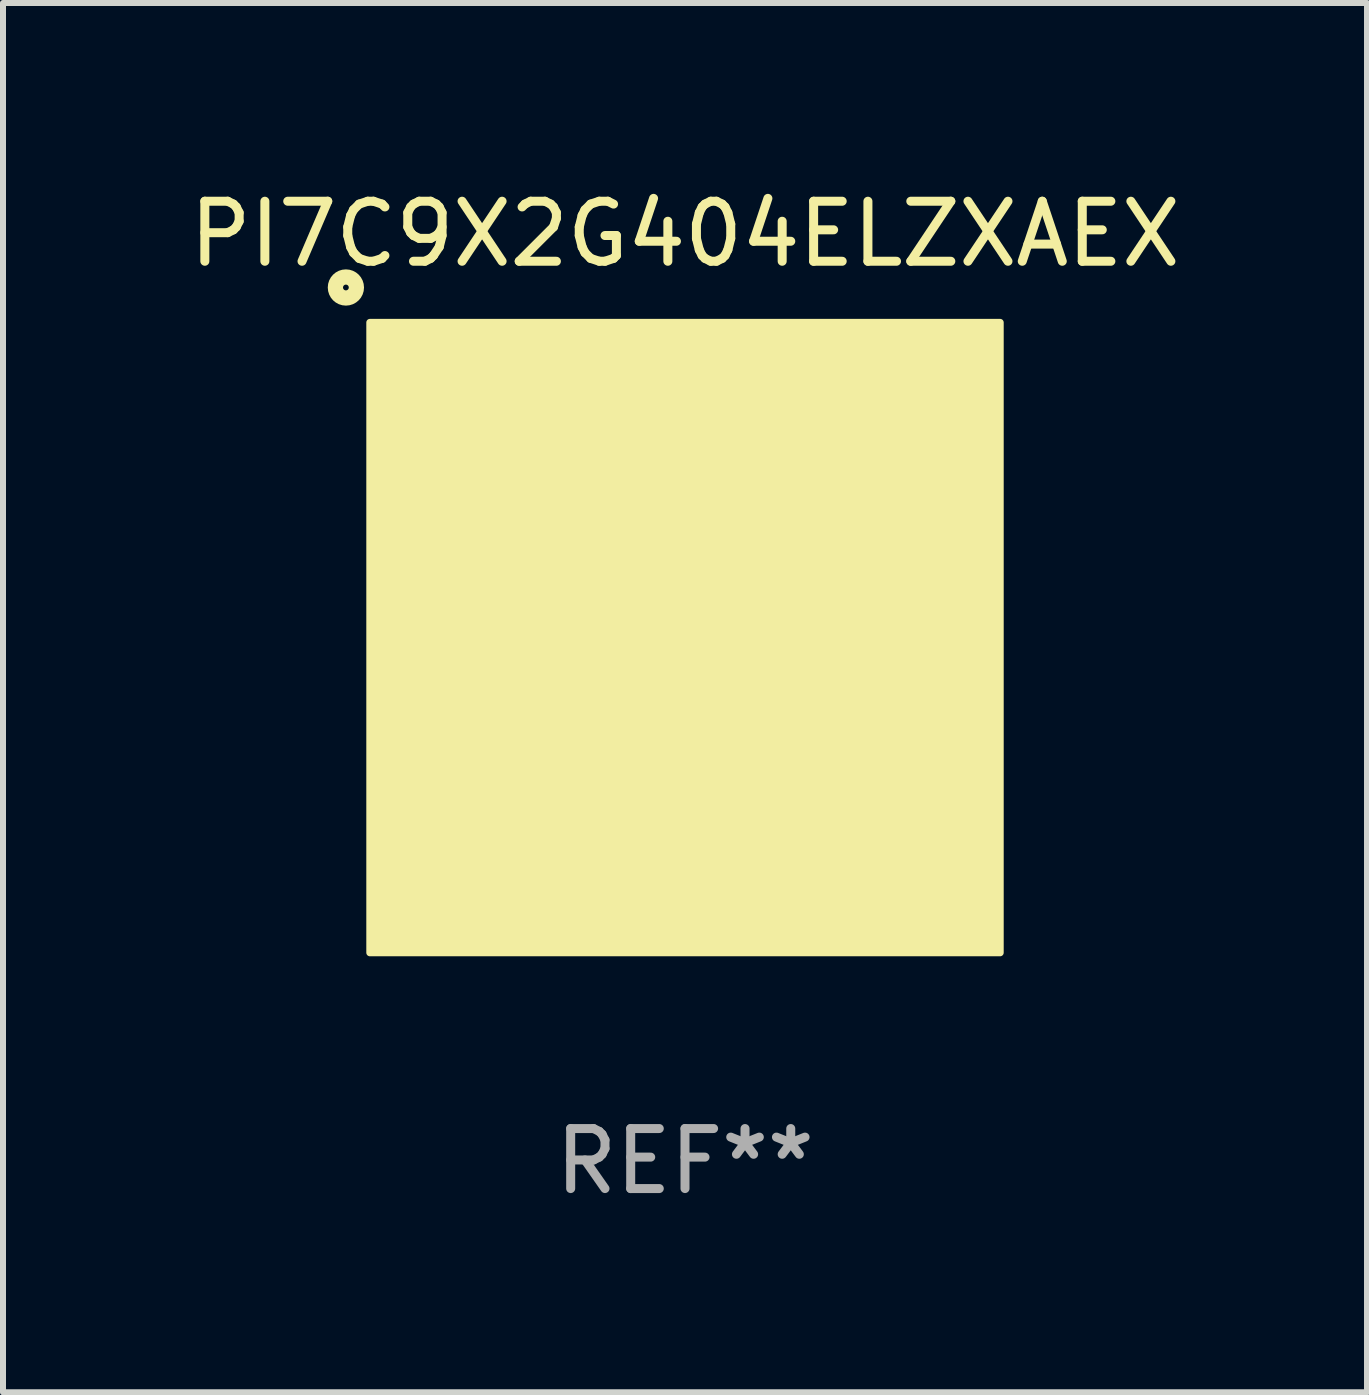
<source format=kicad_pcb>
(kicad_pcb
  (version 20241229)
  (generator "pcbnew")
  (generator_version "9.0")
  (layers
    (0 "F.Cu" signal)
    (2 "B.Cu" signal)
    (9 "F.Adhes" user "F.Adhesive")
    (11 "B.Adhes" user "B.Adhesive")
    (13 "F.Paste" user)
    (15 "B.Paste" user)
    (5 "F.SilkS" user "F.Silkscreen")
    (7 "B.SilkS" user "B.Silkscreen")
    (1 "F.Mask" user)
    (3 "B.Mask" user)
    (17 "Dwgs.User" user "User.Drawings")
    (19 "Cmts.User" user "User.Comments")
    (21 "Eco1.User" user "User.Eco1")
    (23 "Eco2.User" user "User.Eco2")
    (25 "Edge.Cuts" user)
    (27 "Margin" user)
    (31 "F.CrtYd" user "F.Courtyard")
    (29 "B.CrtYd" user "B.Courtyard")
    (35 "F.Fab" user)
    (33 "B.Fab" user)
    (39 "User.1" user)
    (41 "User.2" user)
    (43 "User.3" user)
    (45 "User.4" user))
  (footprint "PI7C9X2G404ELZXAEX"
    (layer "F.Cu")
    (at 8.363 7.573)
    (property "Reference" "PI7C9X2G404ELZXAEX" (at 0 -6.725 0) (layer "F.SilkS") (effects (font (size 1 1) (thickness 0.15))))
    (attr through_hole)
    (fp_circle (center -5.65 -5.833) (end -5.475 -5.833) (stroke (width 0.254) (type solid)) (fill no) (layer "F.SilkS"))
    (fp_circle (center -5 -5) (end -4.97 -5) (stroke (width 0.06) (type solid)) (fill no) (layer "F.SilkS"))
    (fp_poly (pts (xy -5.25 -5.25) (xy 5.25 -5.25) (xy 5.25 5.25) (xy -5.25 5.25)) (stroke (width 0.12) (type solid)) (fill yes) (layer "F.SilkS"))
    (fp_text user "REF**" (at 0 8.725 0) (layer "F.Fab") (effects (font (size 1 1) (thickness 0.15))))
    (pad "A1" smd rect (at -4.25 -4.725) (size 0.2 0.35) (layers "F.Cu" "F.Mask" "F.Paste"))
    (pad "A3" smd rect (at -3.75 -4.725) (size 0.2 0.35) (layers "F.Cu" "F.Mask" "F.Paste"))
    (pad "A5" smd rect (at -3.25 -4.725) (size 0.2 0.35) (layers "F.Cu" "F.Mask" "F.Paste"))
    (pad "A7" smd rect (at -2.75 -4.725) (size 0.2 0.35) (layers "F.Cu" "F.Mask" "F.Paste"))
    (pad "A9" smd rect (at -2.25 -4.725) (size 0.2 0.35) (layers "F.Cu" "F.Mask" "F.Paste"))
    (pad "A11" smd rect (at -1.75 -4.725) (size 0.2 0.35) (layers "F.Cu" "F.Mask" "F.Paste"))
    (pad "A13" smd rect (at -1.25 -4.725) (size 0.2 0.35) (layers "F.Cu" "F.Mask" "F.Paste"))
    (pad "A15" smd rect (at -0.75 -4.725) (size 0.2 0.35) (layers "F.Cu" "F.Mask" "F.Paste"))
    (pad "A17" smd rect (at -0.25 -4.725) (size 0.2 0.35) (layers "F.Cu" "F.Mask" "F.Paste"))
    (pad "A19" smd rect (at 0.25 -4.725) (size 0.2 0.35) (layers "F.Cu" "F.Mask" "F.Paste"))
    (pad "A21" smd rect (at 0.75 -4.725) (size 0.2 0.35) (layers "F.Cu" "F.Mask" "F.Paste"))
    (pad "A23" smd rect (at 1.25 -4.725) (size 0.2 0.35) (layers "F.Cu" "F.Mask" "F.Paste"))
    (pad "A25" smd rect (at 1.75 -4.725) (size 0.2 0.35) (layers "F.Cu" "F.Mask" "F.Paste"))
    (pad "A27" smd rect (at 2.25 -4.725) (size 0.2 0.35) (layers "F.Cu" "F.Mask" "F.Paste"))
    (pad "A29" smd rect (at 2.75 -4.725) (size 0.2 0.35) (layers "F.Cu" "F.Mask" "F.Paste"))
    (pad "A31" smd rect (at 3.25 -4.725) (size 0.2 0.35) (layers "F.Cu" "F.Mask" "F.Paste"))
    (pad "A33" smd rect (at 3.75 -4.725) (size 0.2 0.35) (layers "F.Cu" "F.Mask" "F.Paste"))
    (pad "A35" smd rect (at 4.25 -4.725) (size 0.2 0.35) (layers "F.Cu" "F.Mask" "F.Paste"))
    (pad "AA1" smd rect (at -4.725 0.75) (size 0.35 0.2) (layers "F.Cu" "F.Mask" "F.Paste"))
    (pad "AA35" smd rect (at 4.725 0.75 180) (size 0.35 0.2) (layers "F.Cu" "F.Mask" "F.Paste"))
    (pad "AB2" smd rect (at -4.175 1) (size 0.35 0.2) (layers "F.Cu" "F.Mask" "F.Paste"))
    (pad "AB34" smd rect (at 4.175 1) (size 0.35 0.2) (layers "F.Cu" "F.Mask" "F.Paste"))
    (pad "AC1" smd rect (at -4.725 1.25) (size 0.35 0.2) (layers "F.Cu" "F.Mask" "F.Paste"))
    (pad "AC35" smd rect (at 4.725 1.25 180) (size 0.35 0.2) (layers "F.Cu" "F.Mask" "F.Paste"))
    (pad "AD2" smd rect (at -4.175 1.5) (size 0.35 0.2) (layers "F.Cu" "F.Mask" "F.Paste"))
    (pad "AD34" smd rect (at 4.175 1.5) (size 0.35 0.2) (layers "F.Cu" "F.Mask" "F.Paste"))
    (pad "AE1" smd rect (at -4.725 1.75) (size 0.35 0.2) (layers "F.Cu" "F.Mask" "F.Paste"))
    (pad "AE35" smd rect (at 4.725 1.75 180) (size 0.35 0.2) (layers "F.Cu" "F.Mask" "F.Paste"))
    (pad "AF2" smd rect (at -4.175 2) (size 0.35 0.2) (layers "F.Cu" "F.Mask" "F.Paste"))
    (pad "AF34" smd rect (at 4.175 2) (size 0.35 0.2) (layers "F.Cu" "F.Mask" "F.Paste"))
    (pad "AG1" smd rect (at -4.725 2.25) (size 0.35 0.2) (layers "F.Cu" "F.Mask" "F.Paste"))
    (pad "AG35" smd rect (at 4.725 2.25 180) (size 0.35 0.2) (layers "F.Cu" "F.Mask" "F.Paste"))
    (pad "AH2" smd rect (at -4.175 2.5) (size 0.35 0.2) (layers "F.Cu" "F.Mask" "F.Paste"))
    (pad "AH34" smd rect (at 4.175 2.5) (size 0.35 0.2) (layers "F.Cu" "F.Mask" "F.Paste"))
    (pad "AJ1" smd rect (at -4.725 2.75) (size 0.35 0.2) (layers "F.Cu" "F.Mask" "F.Paste"))
    (pad "AJ35" smd rect (at 4.725 2.75 180) (size 0.35 0.2) (layers "F.Cu" "F.Mask" "F.Paste"))
    (pad "AK2" smd rect (at -4.175 3) (size 0.35 0.2) (layers "F.Cu" "F.Mask" "F.Paste"))
    (pad "AK34" smd rect (at 4.175 3) (size 0.35 0.2) (layers "F.Cu" "F.Mask" "F.Paste"))
    (pad "AL1" smd rect (at -4.725 3.25) (size 0.35 0.2) (layers "F.Cu" "F.Mask" "F.Paste"))
    (pad "AL35" smd rect (at 4.725 3.25 180) (size 0.35 0.2) (layers "F.Cu" "F.Mask" "F.Paste"))
    (pad "AM2" smd rect (at -4.175 3.5) (size 0.35 0.2) (layers "F.Cu" "F.Mask" "F.Paste"))
    (pad "AM34" smd rect (at 4.175 3.5) (size 0.35 0.2) (layers "F.Cu" "F.Mask" "F.Paste"))
    (pad "AN1" smd rect (at -4.725 3.75) (size 0.35 0.2) (layers "F.Cu" "F.Mask" "F.Paste"))
    (pad "AN35" smd rect (at 4.725 3.75 180) (size 0.35 0.2) (layers "F.Cu" "F.Mask" "F.Paste"))
    (pad "AP1" smd rect (at -4.725 4.25) (size 0.35 0.2) (layers "F.Cu" "F.Mask" "F.Paste"))
    (pad "AP2" smd rect (at -4 4.175 180) (size 0.2 0.35) (layers "F.Cu" "F.Mask" "F.Paste"))
    (pad "AP4" smd rect (at -3.5 4.175 180) (size 0.2 0.35) (layers "F.Cu" "F.Mask" "F.Paste"))
    (pad "AP6" smd rect (at -3 4.175 180) (size 0.2 0.35) (layers "F.Cu" "F.Mask" "F.Paste"))
    (pad "AP8" smd rect (at -2.5 4.175 180) (size 0.2 0.35) (layers "F.Cu" "F.Mask" "F.Paste"))
    (pad "AP10" smd rect (at -2 4.175 180) (size 0.2 0.35) (layers "F.Cu" "F.Mask" "F.Paste"))
    (pad "AP12" smd rect (at -1.5 4.175 180) (size 0.2 0.35) (layers "F.Cu" "F.Mask" "F.Paste"))
    (pad "AP14" smd rect (at -1 4.175 180) (size 0.2 0.35) (layers "F.Cu" "F.Mask" "F.Paste"))
    (pad "AP16" smd rect (at -0.5 4.175 180) (size 0.2 0.35) (layers "F.Cu" "F.Mask" "F.Paste"))
    (pad "AP18" smd rect (at 0 4.175 180) (size 0.2 0.35) (layers "F.Cu" "F.Mask" "F.Paste"))
    (pad "AP20" smd rect (at 0.5 4.175 180) (size 0.2 0.35) (layers "F.Cu" "F.Mask" "F.Paste"))
    (pad "AP22" smd rect (at 1 4.175 180) (size 0.2 0.35) (layers "F.Cu" "F.Mask" "F.Paste"))
    (pad "AP24" smd rect (at 1.5 4.175 180) (size 0.2 0.35) (layers "F.Cu" "F.Mask" "F.Paste"))
    (pad "AP26" smd rect (at 2 4.175 180) (size 0.2 0.35) (layers "F.Cu" "F.Mask" "F.Paste"))
    (pad "AP28" smd rect (at 2.5 4.175 180) (size 0.2 0.35) (layers "F.Cu" "F.Mask" "F.Paste"))
    (pad "AP30" smd rect (at 3 4.175 180) (size 0.2 0.35) (layers "F.Cu" "F.Mask" "F.Paste"))
    (pad "AP32" smd rect (at 3.5 4.175 180) (size 0.2 0.35) (layers "F.Cu" "F.Mask" "F.Paste"))
    (pad "AP34" smd rect (at 4 4.175 180) (size 0.2 0.35) (layers "F.Cu" "F.Mask" "F.Paste"))
    (pad "AP35" smd rect (at 4.725 4.25 180) (size 0.35 0.2) (layers "F.Cu" "F.Mask" "F.Paste"))
    (pad "AR1" smd rect (at -4.25 4.725) (size 0.2 0.35) (layers "F.Cu" "F.Mask" "F.Paste"))
    (pad "AR3" smd rect (at -3.75 4.725) (size 0.2 0.35) (layers "F.Cu" "F.Mask" "F.Paste"))
    (pad "AR5" smd rect (at -3.25 4.725) (size 0.2 0.35) (layers "F.Cu" "F.Mask" "F.Paste"))
    (pad "AR7" smd rect (at -2.75 4.725) (size 0.2 0.35) (layers "F.Cu" "F.Mask" "F.Paste"))
    (pad "AR9" smd rect (at -2.25 4.725) (size 0.2 0.35) (layers "F.Cu" "F.Mask" "F.Paste"))
    (pad "AR11" smd rect (at -1.75 4.725) (size 0.2 0.35) (layers "F.Cu" "F.Mask" "F.Paste"))
    (pad "AR13" smd rect (at -1.25 4.725) (size 0.2 0.35) (layers "F.Cu" "F.Mask" "F.Paste"))
    (pad "AR15" smd rect (at -0.75 4.725) (size 0.2 0.35) (layers "F.Cu" "F.Mask" "F.Paste"))
    (pad "AR17" smd rect (at -0.25 4.725) (size 0.2 0.35) (layers "F.Cu" "F.Mask" "F.Paste"))
    (pad "AR19" smd rect (at 0.25 4.725) (size 0.2 0.35) (layers "F.Cu" "F.Mask" "F.Paste"))
    (pad "AR21" smd rect (at 0.75 4.725) (size 0.2 0.35) (layers "F.Cu" "F.Mask" "F.Paste"))
    (pad "AR23" smd rect (at 1.25 4.725) (size 0.2 0.35) (layers "F.Cu" "F.Mask" "F.Paste"))
    (pad "AR25" smd rect (at 1.75 4.725) (size 0.2 0.35) (layers "F.Cu" "F.Mask" "F.Paste"))
    (pad "AR27" smd rect (at 2.25 4.725) (size 0.2 0.35) (layers "F.Cu" "F.Mask" "F.Paste"))
    (pad "AR29" smd rect (at 2.75 4.725) (size 0.2 0.35) (layers "F.Cu" "F.Mask" "F.Paste"))
    (pad "AR31" smd rect (at 3.25 4.725) (size 0.2 0.35) (layers "F.Cu" "F.Mask" "F.Paste"))
    (pad "AR33" smd rect (at 3.75 4.725) (size 0.2 0.35) (layers "F.Cu" "F.Mask" "F.Paste"))
    (pad "AR35" smd rect (at 4.25 4.725) (size 0.2 0.35) (layers "F.Cu" "F.Mask" "F.Paste"))
    (pad "B" smd rect (at 0 3.3) (size 6 0.2) (layers "F.Cu" "F.Mask" "F.Paste"))
    (pad "B1" smd rect (at -4.725 -4.25) (size 0.35 0.2) (layers "F.Cu" "F.Mask" "F.Paste"))
    (pad "B2" smd rect (at -4 -4.175) (size 0.2 0.35) (layers "F.Cu" "F.Mask" "F.Paste"))
    (pad "B4" smd rect (at -3.5 -4.175) (size 0.2 0.35) (layers "F.Cu" "F.Mask" "F.Paste"))
    (pad "B6" smd rect (at -3 -4.175) (size 0.2 0.35) (layers "F.Cu" "F.Mask" "F.Paste"))
    (pad "B8" smd rect (at -2.5 -4.175) (size 0.2 0.35) (layers "F.Cu" "F.Mask" "F.Paste"))
    (pad "B10" smd rect (at -2 -4.175) (size 0.2 0.35) (layers "F.Cu" "F.Mask" "F.Paste"))
    (pad "B12" smd rect (at -1.5 -4.175) (size 0.2 0.35) (layers "F.Cu" "F.Mask" "F.Paste"))
    (pad "B14" smd rect (at -1 -4.175) (size 0.2 0.35) (layers "F.Cu" "F.Mask" "F.Paste"))
    (pad "B16" smd rect (at -0.5 -4.175) (size 0.2 0.35) (layers "F.Cu" "F.Mask" "F.Paste"))
    (pad "B18" smd rect (at 0 -4.175) (size 0.2 0.35) (layers "F.Cu" "F.Mask" "F.Paste"))
    (pad "B20" smd rect (at 0.5 -4.175) (size 0.2 0.35) (layers "F.Cu" "F.Mask" "F.Paste"))
    (pad "B22" smd rect (at 1 -4.175) (size 0.2 0.35) (layers "F.Cu" "F.Mask" "F.Paste"))
    (pad "B24" smd rect (at 1.5 -4.175) (size 0.2 0.35) (layers "F.Cu" "F.Mask" "F.Paste"))
    (pad "B26" smd rect (at 2 -4.175) (size 0.2 0.35) (layers "F.Cu" "F.Mask" "F.Paste"))
    (pad "B28" smd rect (at 2.5 -4.175) (size 0.2 0.35) (layers "F.Cu" "F.Mask" "F.Paste"))
    (pad "B30" smd rect (at 3 -4.175) (size 0.2 0.35) (layers "F.Cu" "F.Mask" "F.Paste"))
    (pad "B32" smd rect (at 3.5 -4.175) (size 0.2 0.35) (layers "F.Cu" "F.Mask" "F.Paste"))
    (pad "B34" smd rect (at 4 -4.175) (size 0.2 0.35) (layers "F.Cu" "F.Mask" "F.Paste"))
    (pad "B35" smd rect (at 4.725 -4.25 180) (size 0.35 0.2) (layers "F.Cu" "F.Mask" "F.Paste"))
    (pad "C1" smd rect (at -4.725 -3.75) (size 0.35 0.2) (layers "F.Cu" "F.Mask" "F.Paste"))
    (pad "C35" smd rect (at 4.725 -3.75 180) (size 0.35 0.2) (layers "F.Cu" "F.Mask" "F.Paste"))
    (pad "D2" smd rect (at -4.175 -3.5) (size 0.35 0.2) (layers "F.Cu" "F.Mask" "F.Paste"))
    (pad "D34" smd rect (at 4.175 -3.5) (size 0.35 0.2) (layers "F.Cu" "F.Mask" "F.Paste"))
    (pad "E1" smd rect (at -4.725 -3.25) (size 0.35 0.2) (layers "F.Cu" "F.Mask" "F.Paste"))
    (pad "E35" smd rect (at 4.725 -3.25 180) (size 0.35 0.2) (layers "F.Cu" "F.Mask" "F.Paste"))
    (pad "F2" smd rect (at -4.175 -3) (size 0.35 0.2) (layers "F.Cu" "F.Mask" "F.Paste"))
    (pad "F34" smd rect (at 4.175 -3) (size 0.35 0.2) (layers "F.Cu" "F.Mask" "F.Paste"))
    (pad "G1" smd rect (at -4.725 -2.75) (size 0.35 0.2) (layers "F.Cu" "F.Mask" "F.Paste"))
    (pad "G35" smd rect (at 4.725 -2.75 180) (size 0.35 0.2) (layers "F.Cu" "F.Mask" "F.Paste"))
    (pad "GND" smd rect (at 0 -0.000127) (size 6 6) (layers "F.Cu" "F.Mask" "F.Paste"))
    (pad "H2" smd rect (at -4.175 -2.5) (size 0.35 0.2) (layers "F.Cu" "F.Mask" "F.Paste"))
    (pad "H34" smd rect (at 4.175 -2.5) (size 0.35 0.2) (layers "F.Cu" "F.Mask" "F.Paste"))
    (pad "J1" smd rect (at -4.725 -2.25) (size 0.35 0.2) (layers "F.Cu" "F.Mask" "F.Paste"))
    (pad "J35" smd rect (at 4.725 -2.25 180) (size 0.35 0.2) (layers "F.Cu" "F.Mask" "F.Paste"))
    (pad "K2" smd rect (at -4.175 -2) (size 0.35 0.2) (layers "F.Cu" "F.Mask" "F.Paste"))
    (pad "K34" smd rect (at 4.175 -2) (size 0.35 0.2) (layers "F.Cu" "F.Mask" "F.Paste"))
    (pad "L" smd rect (at 3.3 -0.000127) (size 0.2 6) (layers "F.Cu" "F.Mask" "F.Paste"))
    (pad "L1" smd rect (at -4.725 -1.75) (size 0.35 0.2) (layers "F.Cu" "F.Mask" "F.Paste"))
    (pad "L35" smd rect (at 4.725 -1.75 180) (size 0.35 0.2) (layers "F.Cu" "F.Mask" "F.Paste"))
    (pad "M2" smd rect (at -4.175 -1.5) (size 0.35 0.2) (layers "F.Cu" "F.Mask" "F.Paste"))
    (pad "M34" smd rect (at 4.175 -1.5) (size 0.35 0.2) (layers "F.Cu" "F.Mask" "F.Paste"))
    (pad "N1" smd rect (at -4.725 -1.25) (size 0.35 0.2) (layers "F.Cu" "F.Mask" "F.Paste"))
    (pad "N35" smd rect (at 4.725 -1.25 180) (size 0.35 0.2) (layers "F.Cu" "F.Mask" "F.Paste"))
    (pad "P2" smd rect (at -4.175 -1) (size 0.35 0.2) (layers "F.Cu" "F.Mask" "F.Paste"))
    (pad "P34" smd rect (at 4.175 -1) (size 0.35 0.2) (layers "F.Cu" "F.Mask" "F.Paste"))
    (pad "R" smd rect (at -3.3 -0.000127) (size 0.2 6) (layers "F.Cu" "F.Mask" "F.Paste"))
    (pad "R1" smd rect (at -4.725 -0.75) (size 0.35 0.2) (layers "F.Cu" "F.Mask" "F.Paste"))
    (pad "R35" smd rect (at 4.725 -0.75 180) (size 0.35 0.2) (layers "F.Cu" "F.Mask" "F.Paste"))
    (pad "T" smd rect (at 0 -3.3) (size 6 0.2) (layers "F.Cu" "F.Mask" "F.Paste"))
    (pad "T2" smd rect (at -4.175 -0.5) (size 0.35 0.2) (layers "F.Cu" "F.Mask" "F.Paste"))
    (pad "T34" smd rect (at 4.175 -0.5) (size 0.35 0.2) (layers "F.Cu" "F.Mask" "F.Paste"))
    (pad "U1" smd rect (at -4.725 -0.25) (size 0.35 0.2) (layers "F.Cu" "F.Mask" "F.Paste"))
    (pad "U35" smd rect (at 4.725 -0.25 180) (size 0.35 0.2) (layers "F.Cu" "F.Mask" "F.Paste"))
    (pad "V2" smd rect (at -4.175 -0.000127) (size 0.35 0.2) (layers "F.Cu" "F.Mask" "F.Paste"))
    (pad "V34" smd rect (at 4.175 -0.000127) (size 0.35 0.2) (layers "F.Cu" "F.Mask" "F.Paste"))
    (pad "W1" smd rect (at -4.725 0.25) (size 0.35 0.2) (layers "F.Cu" "F.Mask" "F.Paste"))
    (pad "W35" smd rect (at 4.725 0.25 180) (size 0.35 0.2) (layers "F.Cu" "F.Mask" "F.Paste"))
    (pad "Y2" smd rect (at -4.175 0.5) (size 0.35 0.2) (layers "F.Cu" "F.Mask" "F.Paste"))
    (pad "Y34" smd rect (at 4.175 0.5) (size 0.35 0.2) (layers "F.Cu" "F.Mask" "F.Paste")))
  (gr_rect
    (start -3 -3)
    (end 19.726 20.147)
    (stroke (width 0.1) (type default))
    (fill no)
    (layer "Edge.Cuts")))
</source>
